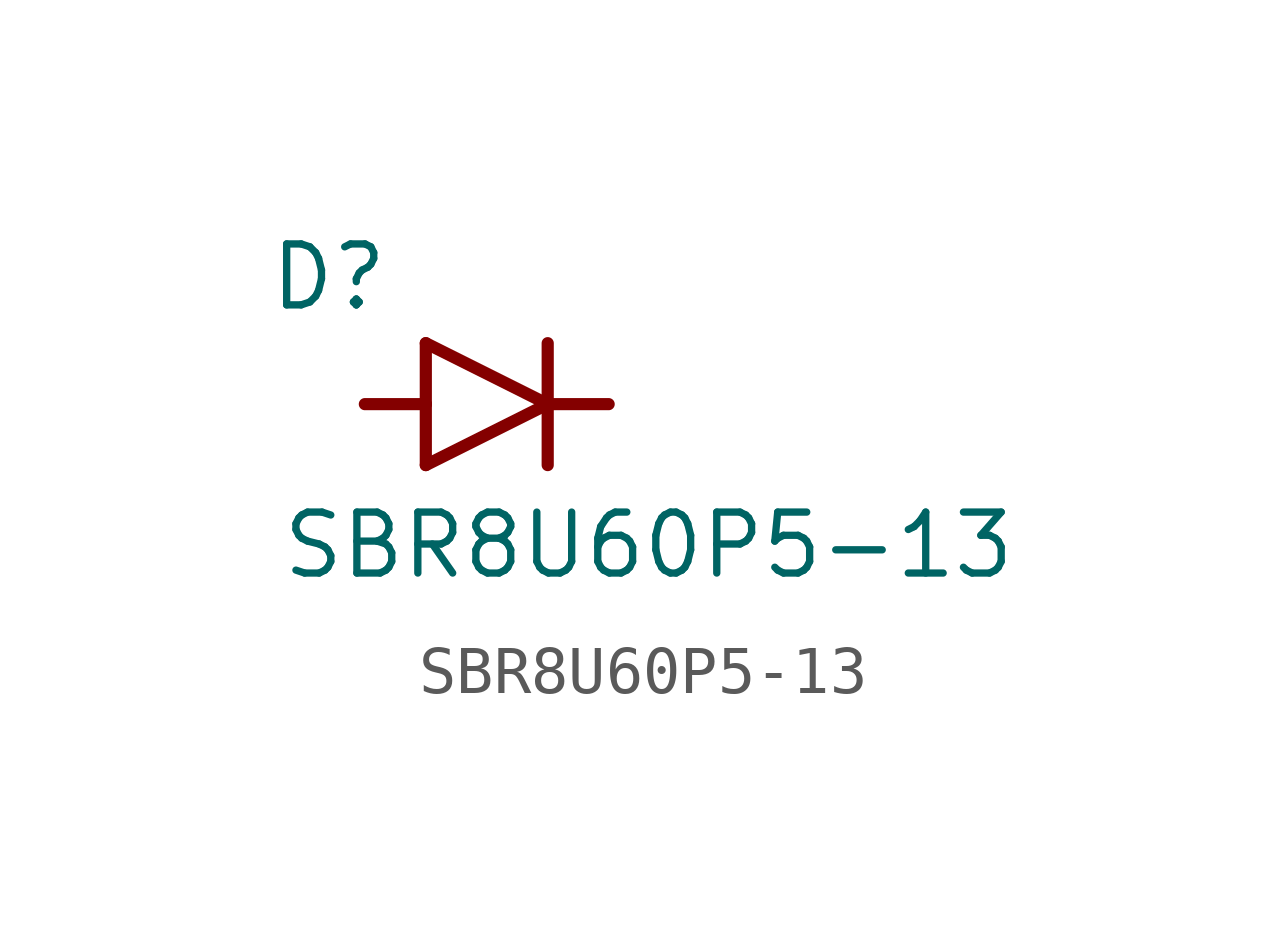
<source format=kicad_sym>
(kicad_symbol_lib
  (version 20211014)
  (generator kicad_symbol_editor)
  (symbol "SBR8U60P5-13"
    (pin_numbers hide)
    (pin_names
      (offset 1.016) hide)
    (property "Reference" "D"
      (at -4.572 1.905 0)
      (effects (font (size 1.27 1.27)) (justify left bottom)))
    (property "Value" "SBR8U60P5-13"
      (at -4.318 -3.683 0)
      (effects (font (size 1.27 1.27)) (justify left bottom)))
    (property "ki_locked" ""
      (at 0 0 0)
      (effects (font (size 1.27 1.27))))
    (symbol "SBR8U60P5-13_0_0"
      (polyline (pts (xy -2.54 0) (xy -1.27 0)) (stroke (width 0.254) (type default) (color 0 0 0 0)) (fill (type none)))
      (polyline (pts (xy -1.27 -1.27) (xy 1.27 0)) (stroke (width 0.254) (type default) (color 0 0 0 0)) (fill (type none)))
      (polyline (pts (xy -1.27 0) (xy -1.27 -1.27)) (stroke (width 0.254) (type default) (color 0 0 0 0)) (fill (type none)))
      (polyline (pts (xy -1.27 1.27) (xy -1.27 0)) (stroke (width 0.254) (type default) (color 0 0 0 0)) (fill (type none)))
      (polyline (pts (xy 1.27 0) (xy -1.27 1.27)) (stroke (width 0.254) (type default) (color 0 0 0 0)) (fill (type none)))
      (polyline (pts (xy 1.27 0) (xy 1.27 -1.27)) (stroke (width 0.254) (type default) (color 0 0 0 0)) (fill (type none)))
      (polyline (pts (xy 1.27 1.27) (xy 1.27 0)) (stroke (width 0.254) (type default) (color 0 0 0 0)) (fill (type none)))
      (polyline (pts (xy 2.54 0) (xy 1.27 0)) (stroke (width 0.254) (type default) (color 0 0 0 0)) (fill (type none)))
      (pin passive line (at -2.54 0 0) (length 0) (name "~" (effects (font (size 1.016 1.016)))) (number "1" (effects (font (size 1.016 1.016)))))
      (pin passive line (at -2.54 0 0) (length 0) (name "~" (effects (font (size 1.016 1.016)))) (number "2" (effects (font (size 1.016 1.016)))))
      (pin passive line (at 2.54 0 180) (length 0) (name "~" (effects (font (size 1.016 1.016)))) (number "3" (effects (font (size 1.016 1.016))))))))
</source>
